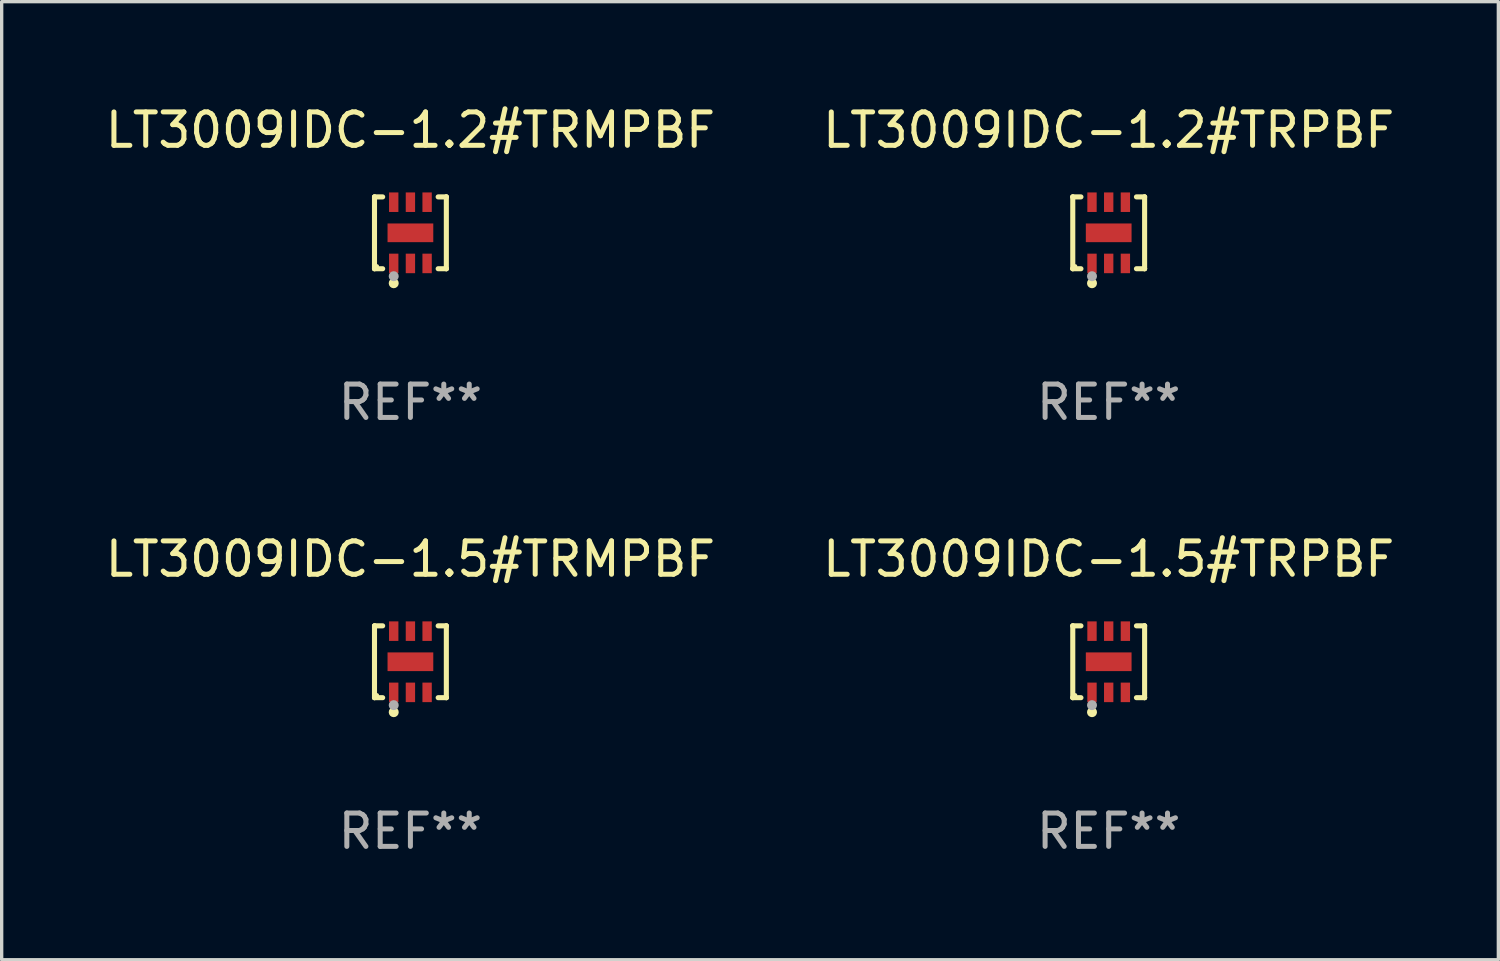
<source format=kicad_pcb>
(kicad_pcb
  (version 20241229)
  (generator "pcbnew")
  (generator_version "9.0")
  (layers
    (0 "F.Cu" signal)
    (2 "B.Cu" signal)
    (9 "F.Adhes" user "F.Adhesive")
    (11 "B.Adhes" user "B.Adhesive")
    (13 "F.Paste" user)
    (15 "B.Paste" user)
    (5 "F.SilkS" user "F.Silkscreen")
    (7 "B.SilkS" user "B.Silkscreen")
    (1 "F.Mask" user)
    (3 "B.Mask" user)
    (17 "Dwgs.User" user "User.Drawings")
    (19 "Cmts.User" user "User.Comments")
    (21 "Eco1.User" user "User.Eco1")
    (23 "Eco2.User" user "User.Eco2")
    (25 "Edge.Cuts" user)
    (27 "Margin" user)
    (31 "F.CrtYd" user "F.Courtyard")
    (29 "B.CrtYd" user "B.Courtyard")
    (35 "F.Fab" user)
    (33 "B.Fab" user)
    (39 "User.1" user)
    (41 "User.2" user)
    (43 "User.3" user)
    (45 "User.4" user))
  (footprint "LT3009IDC-1.5#TRPBF"
    (layer "F.Cu")
    (at 30.161 16.773)
    (property "Reference" "LT3009IDC-1.5#TRPBF" (at 0 -3.076 0) (layer "F.SilkS") (effects (font (size 1 1) (thickness 0.15))))
    (attr through_hole)
    (fp_line (start -1.076 -1.076) (end -1.076 -1.076) (stroke (width 0.152) (type solid)) (layer "F.SilkS"))
    (fp_line (start -1.076 -1.076) (end -0.831 -1.076) (stroke (width 0.152) (type solid)) (layer "F.SilkS"))
    (fp_line (start -1.076 1.076) (end -1.076 -1.076) (stroke (width 0.152) (type solid)) (layer "F.SilkS"))
    (fp_line (start -1.076 1.076) (end -1.076 1.076) (stroke (width 0.152) (type solid)) (layer "F.SilkS"))
    (fp_line (start -0.831 1.076) (end -1.076 1.076) (stroke (width 0.152) (type solid)) (layer "F.SilkS"))
    (fp_line (start 0.831 1.076) (end 1.076 1.076) (stroke (width 0.152) (type solid)) (layer "F.SilkS"))
    (fp_line (start 1.076 -1.076) (end 0.831 -1.076) (stroke (width 0.152) (type solid)) (layer "F.SilkS"))
    (fp_line (start 1.076 -1.076) (end 1.076 -1.076) (stroke (width 0.152) (type solid)) (layer "F.SilkS"))
    (fp_line (start 1.076 1.076) (end 1.076 -1.076) (stroke (width 0.152) (type solid)) (layer "F.SilkS"))
    (fp_line (start 1.076 1.076) (end 1.076 1.076) (stroke (width 0.152) (type solid)) (layer "F.SilkS"))
    (fp_circle (center -1 1) (end -0.97 1) (stroke (width 0.06) (type solid)) (fill no) (layer "F.SilkS"))
    (fp_circle (center -0.5 1.51) (end -0.425 1.51) (stroke (width 0.15) (type solid)) (fill no) (layer "F.SilkS"))
    (fp_circle (center -0.5 1.3) (end -0.425 1.3) (stroke (width 0.15) (type solid)) (fill no) (layer "F.Fab"))
    (fp_text user "REF**" (at 0 5.076 0) (layer "F.Fab") (effects (font (size 1 1) (thickness 0.15))))
    (pad "1" smd rect (at -0.5 0.917) (size 0.28 0.585) (layers "F.Cu" "F.Mask" "F.Paste"))
    (pad "2" smd rect (at 0 0.917) (size 0.28 0.585) (layers "F.Cu" "F.Mask" "F.Paste"))
    (pad "3" smd rect (at 0.5 0.917) (size 0.28 0.585) (layers "F.Cu" "F.Mask" "F.Paste"))
    (pad "4" smd rect (at 0.5 -0.917) (size 0.28 0.585) (layers "F.Cu" "F.Mask" "F.Paste"))
    (pad "5" smd rect (at 0 -0.917) (size 0.28 0.585) (layers "F.Cu" "F.Mask" "F.Paste"))
    (pad "6" smd rect (at -0.5 -0.917) (size 0.28 0.585) (layers "F.Cu" "F.Mask" "F.Paste"))
    (pad "7" smd rect (at 0 0) (size 1.37 0.56) (layers "F.Cu" "F.Mask" "F.Paste")))
  (footprint "LT3009IDC-1.5#TRMPBF"
    (layer "F.Cu")
    (at 9.244 16.773)
    (property "Reference" "LT3009IDC-1.5#TRMPBF" (at 0 -3.076 0) (layer "F.SilkS") (effects (font (size 1 1) (thickness 0.15))))
    (attr through_hole)
    (fp_line (start -1.076 -1.076) (end -1.076 -1.076) (stroke (width 0.152) (type solid)) (layer "F.SilkS"))
    (fp_line (start -1.076 -1.076) (end -0.831 -1.076) (stroke (width 0.152) (type solid)) (layer "F.SilkS"))
    (fp_line (start -1.076 1.076) (end -1.076 -1.076) (stroke (width 0.152) (type solid)) (layer "F.SilkS"))
    (fp_line (start -1.076 1.076) (end -1.076 1.076) (stroke (width 0.152) (type solid)) (layer "F.SilkS"))
    (fp_line (start -0.831 1.076) (end -1.076 1.076) (stroke (width 0.152) (type solid)) (layer "F.SilkS"))
    (fp_line (start 0.831 1.076) (end 1.076 1.076) (stroke (width 0.152) (type solid)) (layer "F.SilkS"))
    (fp_line (start 1.076 -1.076) (end 0.831 -1.076) (stroke (width 0.152) (type solid)) (layer "F.SilkS"))
    (fp_line (start 1.076 -1.076) (end 1.076 -1.076) (stroke (width 0.152) (type solid)) (layer "F.SilkS"))
    (fp_line (start 1.076 1.076) (end 1.076 -1.076) (stroke (width 0.152) (type solid)) (layer "F.SilkS"))
    (fp_line (start 1.076 1.076) (end 1.076 1.076) (stroke (width 0.152) (type solid)) (layer "F.SilkS"))
    (fp_circle (center -1 1) (end -0.97 1) (stroke (width 0.06) (type solid)) (fill no) (layer "F.SilkS"))
    (fp_circle (center -0.5 1.51) (end -0.425 1.51) (stroke (width 0.15) (type solid)) (fill no) (layer "F.SilkS"))
    (fp_circle (center -0.5 1.3) (end -0.425 1.3) (stroke (width 0.15) (type solid)) (fill no) (layer "F.Fab"))
    (fp_text user "REF**" (at 0 5.076 0) (layer "F.Fab") (effects (font (size 1 1) (thickness 0.15))))
    (pad "1" smd rect (at -0.5 0.917) (size 0.28 0.585) (layers "F.Cu" "F.Mask" "F.Paste"))
    (pad "2" smd rect (at 0 0.917) (size 0.28 0.585) (layers "F.Cu" "F.Mask" "F.Paste"))
    (pad "3" smd rect (at 0.5 0.917) (size 0.28 0.585) (layers "F.Cu" "F.Mask" "F.Paste"))
    (pad "4" smd rect (at 0.5 -0.917) (size 0.28 0.585) (layers "F.Cu" "F.Mask" "F.Paste"))
    (pad "5" smd rect (at 0 -0.917) (size 0.28 0.585) (layers "F.Cu" "F.Mask" "F.Paste"))
    (pad "6" smd rect (at -0.5 -0.917) (size 0.28 0.585) (layers "F.Cu" "F.Mask" "F.Paste"))
    (pad "7" smd rect (at 0 0) (size 1.37 0.56) (layers "F.Cu" "F.Mask" "F.Paste")))
  (footprint "LT3009IDC-1.2#TRMPBF"
    (layer "F.Cu")
    (at 9.244 3.924)
    (property "Reference" "LT3009IDC-1.2#TRMPBF" (at 0 -3.076 0) (layer "F.SilkS") (effects (font (size 1 1) (thickness 0.15))))
    (attr through_hole)
    (fp_line (start -1.076 -1.076) (end -1.076 -1.076) (stroke (width 0.152) (type solid)) (layer "F.SilkS"))
    (fp_line (start -1.076 -1.076) (end -0.831 -1.076) (stroke (width 0.152) (type solid)) (layer "F.SilkS"))
    (fp_line (start -1.076 1.076) (end -1.076 -1.076) (stroke (width 0.152) (type solid)) (layer "F.SilkS"))
    (fp_line (start -1.076 1.076) (end -1.076 1.076) (stroke (width 0.152) (type solid)) (layer "F.SilkS"))
    (fp_line (start -0.831 1.076) (end -1.076 1.076) (stroke (width 0.152) (type solid)) (layer "F.SilkS"))
    (fp_line (start 0.831 1.076) (end 1.076 1.076) (stroke (width 0.152) (type solid)) (layer "F.SilkS"))
    (fp_line (start 1.076 -1.076) (end 0.831 -1.076) (stroke (width 0.152) (type solid)) (layer "F.SilkS"))
    (fp_line (start 1.076 -1.076) (end 1.076 -1.076) (stroke (width 0.152) (type solid)) (layer "F.SilkS"))
    (fp_line (start 1.076 1.076) (end 1.076 -1.076) (stroke (width 0.152) (type solid)) (layer "F.SilkS"))
    (fp_line (start 1.076 1.076) (end 1.076 1.076) (stroke (width 0.152) (type solid)) (layer "F.SilkS"))
    (fp_circle (center -1 1) (end -0.97 1) (stroke (width 0.06) (type solid)) (fill no) (layer "F.SilkS"))
    (fp_circle (center -0.5 1.51) (end -0.425 1.51) (stroke (width 0.15) (type solid)) (fill no) (layer "F.SilkS"))
    (fp_circle (center -0.5 1.3) (end -0.425 1.3) (stroke (width 0.15) (type solid)) (fill no) (layer "F.Fab"))
    (fp_text user "REF**" (at 0 5.076 0) (layer "F.Fab") (effects (font (size 1 1) (thickness 0.15))))
    (pad "1" smd rect (at -0.5 0.917) (size 0.28 0.585) (layers "F.Cu" "F.Mask" "F.Paste"))
    (pad "2" smd rect (at 0 0.917) (size 0.28 0.585) (layers "F.Cu" "F.Mask" "F.Paste"))
    (pad "3" smd rect (at 0.5 0.917) (size 0.28 0.585) (layers "F.Cu" "F.Mask" "F.Paste"))
    (pad "4" smd rect (at 0.5 -0.917) (size 0.28 0.585) (layers "F.Cu" "F.Mask" "F.Paste"))
    (pad "5" smd rect (at 0 -0.917) (size 0.28 0.585) (layers "F.Cu" "F.Mask" "F.Paste"))
    (pad "6" smd rect (at -0.5 -0.917) (size 0.28 0.585) (layers "F.Cu" "F.Mask" "F.Paste"))
    (pad "7" smd rect (at 0 0) (size 1.37 0.56) (layers "F.Cu" "F.Mask" "F.Paste")))
  (footprint "LT3009IDC-1.2#TRPBF"
    (layer "F.Cu")
    (at 30.161 3.924)
    (property "Reference" "LT3009IDC-1.2#TRPBF" (at 0 -3.076 0) (layer "F.SilkS") (effects (font (size 1 1) (thickness 0.15))))
    (attr through_hole)
    (fp_line (start -1.076 -1.076) (end -1.076 -1.076) (stroke (width 0.152) (type solid)) (layer "F.SilkS"))
    (fp_line (start -1.076 -1.076) (end -0.831 -1.076) (stroke (width 0.152) (type solid)) (layer "F.SilkS"))
    (fp_line (start -1.076 1.076) (end -1.076 -1.076) (stroke (width 0.152) (type solid)) (layer "F.SilkS"))
    (fp_line (start -1.076 1.076) (end -1.076 1.076) (stroke (width 0.152) (type solid)) (layer "F.SilkS"))
    (fp_line (start -0.831 1.076) (end -1.076 1.076) (stroke (width 0.152) (type solid)) (layer "F.SilkS"))
    (fp_line (start 0.831 1.076) (end 1.076 1.076) (stroke (width 0.152) (type solid)) (layer "F.SilkS"))
    (fp_line (start 1.076 -1.076) (end 0.831 -1.076) (stroke (width 0.152) (type solid)) (layer "F.SilkS"))
    (fp_line (start 1.076 -1.076) (end 1.076 -1.076) (stroke (width 0.152) (type solid)) (layer "F.SilkS"))
    (fp_line (start 1.076 1.076) (end 1.076 -1.076) (stroke (width 0.152) (type solid)) (layer "F.SilkS"))
    (fp_line (start 1.076 1.076) (end 1.076 1.076) (stroke (width 0.152) (type solid)) (layer "F.SilkS"))
    (fp_circle (center -1 1) (end -0.97 1) (stroke (width 0.06) (type solid)) (fill no) (layer "F.SilkS"))
    (fp_circle (center -0.5 1.51) (end -0.425 1.51) (stroke (width 0.15) (type solid)) (fill no) (layer "F.SilkS"))
    (fp_circle (center -0.5 1.3) (end -0.425 1.3) (stroke (width 0.15) (type solid)) (fill no) (layer "F.Fab"))
    (fp_text user "REF**" (at 0 5.076 0) (layer "F.Fab") (effects (font (size 1 1) (thickness 0.15))))
    (pad "1" smd rect (at -0.5 0.917) (size 0.28 0.585) (layers "F.Cu" "F.Mask" "F.Paste"))
    (pad "2" smd rect (at 0 0.917) (size 0.28 0.585) (layers "F.Cu" "F.Mask" "F.Paste"))
    (pad "3" smd rect (at 0.5 0.917) (size 0.28 0.585) (layers "F.Cu" "F.Mask" "F.Paste"))
    (pad "4" smd rect (at 0.5 -0.917) (size 0.28 0.585) (layers "F.Cu" "F.Mask" "F.Paste"))
    (pad "5" smd rect (at 0 -0.917) (size 0.28 0.585) (layers "F.Cu" "F.Mask" "F.Paste"))
    (pad "6" smd rect (at -0.5 -0.917) (size 0.28 0.585) (layers "F.Cu" "F.Mask" "F.Paste"))
    (pad "7" smd rect (at 0 0) (size 1.37 0.56) (layers "F.Cu" "F.Mask" "F.Paste")))
  (gr_rect
    (start -3 -3)
    (end 41.833 25.698)
    (stroke (width 0.1) (type default))
    (fill no)
    (layer "Edge.Cuts")))
</source>
